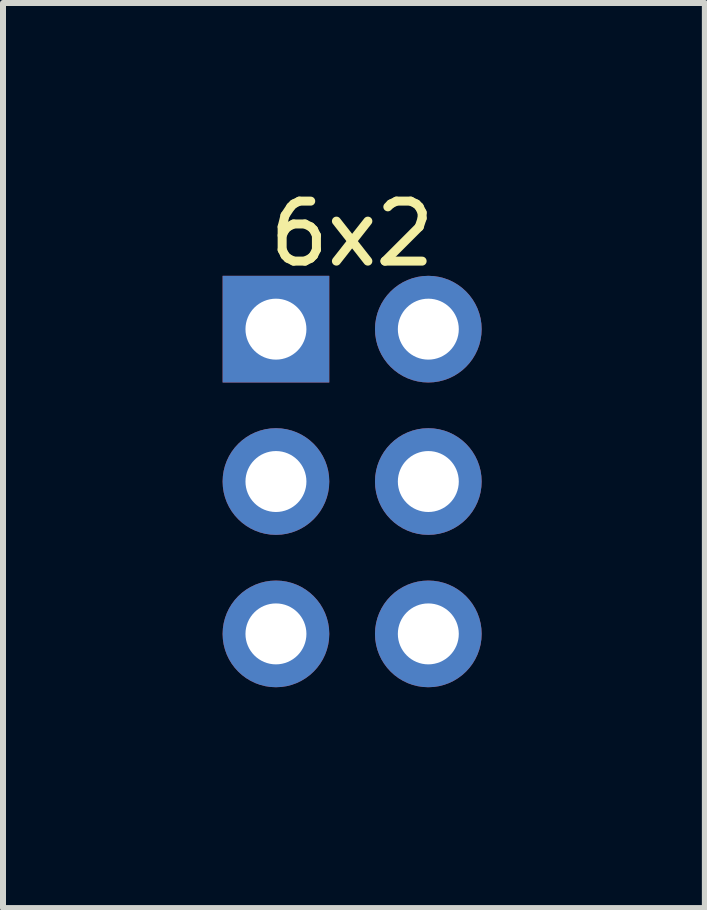
<source format=kicad_pcb>
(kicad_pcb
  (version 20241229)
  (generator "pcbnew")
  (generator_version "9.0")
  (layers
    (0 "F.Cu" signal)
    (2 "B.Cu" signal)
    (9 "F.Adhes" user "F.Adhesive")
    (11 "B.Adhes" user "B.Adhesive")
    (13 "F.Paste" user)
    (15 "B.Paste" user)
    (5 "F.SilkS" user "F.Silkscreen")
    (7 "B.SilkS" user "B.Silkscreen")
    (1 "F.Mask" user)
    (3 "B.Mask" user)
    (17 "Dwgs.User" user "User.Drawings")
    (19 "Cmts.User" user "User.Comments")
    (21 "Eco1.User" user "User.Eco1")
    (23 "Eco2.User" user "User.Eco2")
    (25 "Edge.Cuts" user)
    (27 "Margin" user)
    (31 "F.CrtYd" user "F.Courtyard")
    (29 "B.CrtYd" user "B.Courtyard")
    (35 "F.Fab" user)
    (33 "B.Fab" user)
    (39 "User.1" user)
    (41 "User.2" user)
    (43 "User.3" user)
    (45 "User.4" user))
  (footprint "6x2"
    (layer "F.Cu")
    (at 1.55 2.437)
    (property "Reference" "6x2" (at 1.27 -1.589 0) (unlocked yes) (layer "F.SilkS") (effects (font (size 1 1) (thickness 0.15))))
    (fp_line (start -1.5 -1.5) (end 4.1 -1.5) (stroke (width 0.1) (type solid)) (layer "Eco2.User"))
    (fp_line (start -1.5 6.6) (end -1.5 -1.5) (stroke (width 0.1) (type solid)) (layer "Eco2.User"))
    (fp_line (start -1.5 6.6) (end 4.1 6.6) (stroke (width 0.1) (type solid)) (layer "Eco2.User"))
    (fp_line (start 4.1 6) (end 4.1 -1.5) (stroke (width 0.1) (type solid)) (layer "Eco2.User"))
    (fp_line (start 4.1 6.6) (end 4.1 6) (stroke (width 0.1) (type solid)) (layer "Eco2.User"))
    (fp_text user "${REFERENCE}" (at 1.6 5.7 90) (unlocked yes) (layer "Eco2.User") (effects (font (face "Avenir LT 45 Book") (size 0.75 0.75) (thickness 0.254)) (justify left bottom)))
    (pad "1" thru_hole rect (at 0 0) (size 1.778 1.778) (drill 1.016) (layers "*.Cu" "*.Mask"))
    (pad "2" thru_hole circle (at 2.54 0) (size 1.778 1.778) (drill 1.016) (layers "*.Cu" "*.Mask"))
    (pad "3" thru_hole circle (at 0 2.54) (size 1.778 1.778) (drill 1.016) (layers "*.Cu" "*.Mask"))
    (pad "4" thru_hole circle (at 2.54 2.54) (size 1.778 1.778) (drill 1.016) (layers "*.Cu" "*.Mask"))
    (pad "5" thru_hole circle (at 0 5.08) (size 1.778 1.778) (drill 1.016) (layers "*.Cu" "*.Mask"))
    (pad "6" thru_hole circle (at 2.54 5.08) (size 1.778 1.778) (drill 1.016) (layers "*.Cu" "*.Mask")))
  (gr_rect
    (start -3 -3)
    (end 8.7 12.087)
    (stroke (width 0.1) (type default))
    (fill no)
    (layer "Edge.Cuts")))
</source>
